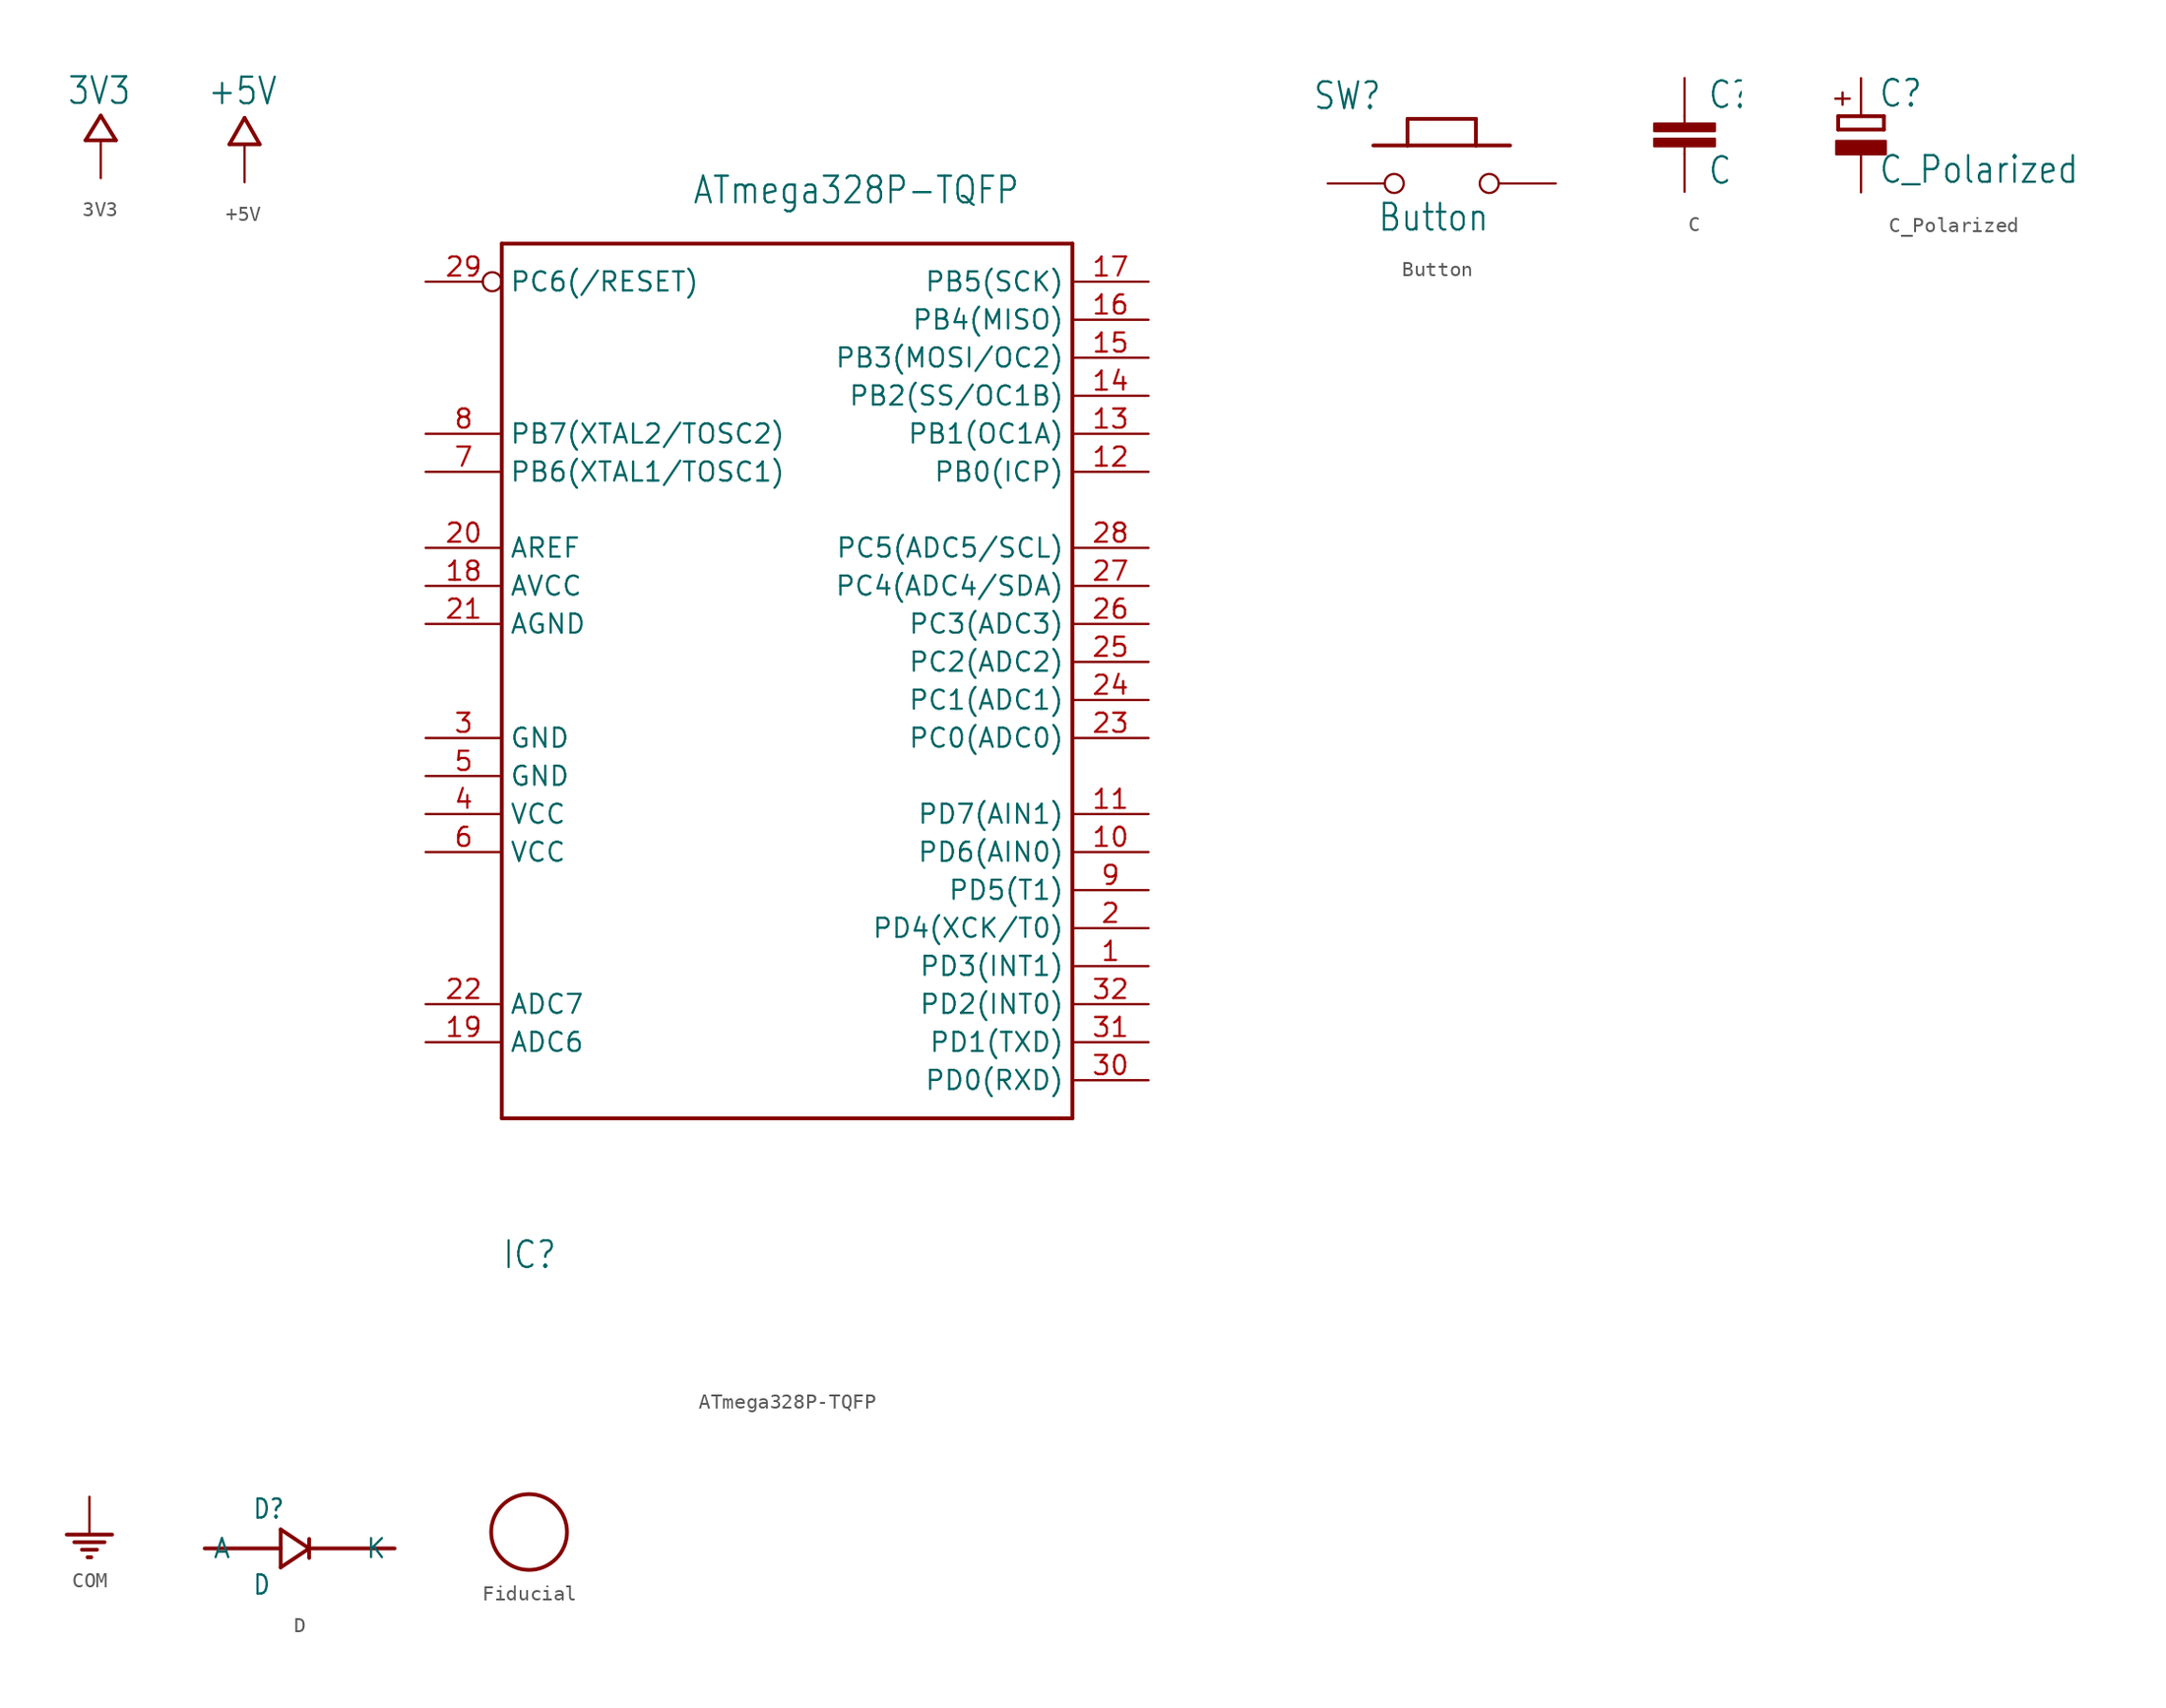
<source format=kicad_sym>
(kicad_symbol_lib
  (version 20211014)
  (generator kicad_symbol_editor)
  (symbol "3V3"
    (power)
    (property "Reference" "#PWR"
      (at 0 0 0)
      (effects (font (size 1.27 1.27)) hide))
    (property "Value" "3V3"
      (at -2.286 2.286 0)
      (effects (font (size 1.778 1.511)) (justify left bottom)))
    (symbol "3V3_1_0"
      (polyline (pts (xy -1.016 0) (xy 0 1.651)) (stroke (width 0.254) (type default) (color 0 0 0 0)) (fill (type none)))
      (polyline (pts (xy -1.016 0) (xy 1.016 0)) (stroke (width 0.254) (type default) (color 0 0 0 0)) (fill (type none)))
      (polyline (pts (xy 0 1.651) (xy 1.016 0)) (stroke (width 0.254) (type default) (color 0 0 0 0)) (fill (type none)))
      (pin power_in line (at 0 -2.54 90) (length 2.54) (name "3V3" (effects (font (size 0 0)))) (number "1" (effects (font (size 0 0)))))))
  (symbol "+5V"
    (power)
    (property "Reference" "#PWR"
      (at 0 0 0)
      (effects (font (size 1.27 1.27)) hide))
    (property "Value" "+5V"
      (at -2.54 2.54 0)
      (effects (font (size 1.778 1.511)) (justify left bottom)))
    (symbol "+5V_1_0"
      (polyline (pts (xy -1.016 0) (xy 1.016 0)) (stroke (width 0.254) (type default) (color 0 0 0 0)) (fill (type none)))
      (polyline (pts (xy 0 1.778) (xy -1.016 0)) (stroke (width 0.254) (type default) (color 0 0 0 0)) (fill (type none)))
      (polyline (pts (xy 1.016 0) (xy 0 1.778)) (stroke (width 0.254) (type default) (color 0 0 0 0)) (fill (type none)))
      (pin power_in line (at 0 -2.54 90) (length 2.54) (name "+5V" (effects (font (size 0 0)))) (number "1" (effects (font (size 0 0)))))))
  (symbol "ATmega328P-TQFP"
    (property "Reference" "IC"
      (at -17.78 -40.64 0)
      (effects (font (size 1.778 1.511)) (justify left bottom)))
    (property "Value" "ATmega328P-TQFP"
      (at -5.08 30.48 0)
      (effects (font (size 1.778 1.511)) (justify left bottom)))
    (symbol "ATmega328P-TQFP_1_0"
      (polyline (pts (xy -17.78 -30.48) (xy -17.78 27.94)) (stroke (width 0.254) (type default) (color 0 0 0 0)) (fill (type none)))
      (polyline (pts (xy -17.78 27.94) (xy 20.32 27.94)) (stroke (width 0.254) (type default) (color 0 0 0 0)) (fill (type none)))
      (polyline (pts (xy 20.32 -30.48) (xy -17.78 -30.48)) (stroke (width 0.254) (type default) (color 0 0 0 0)) (fill (type none)))
      (polyline (pts (xy 20.32 27.94) (xy 20.32 -30.48)) (stroke (width 0.254) (type default) (color 0 0 0 0)) (fill (type none)))
      (pin bidirectional line (at 25.4 -20.32 180) (length 5.08) (name "PD3(INT1)" (effects (font (size 1.27 1.27)))) (number "1" (effects (font (size 1.27 1.27)))))
      (pin bidirectional line (at 25.4 -12.7 180) (length 5.08) (name "PD6(AIN0)" (effects (font (size 1.27 1.27)))) (number "10" (effects (font (size 1.27 1.27)))))
      (pin bidirectional line (at 25.4 -10.16 180) (length 5.08) (name "PD7(AIN1)" (effects (font (size 1.27 1.27)))) (number "11" (effects (font (size 1.27 1.27)))))
      (pin bidirectional line (at 25.4 12.7 180) (length 5.08) (name "PB0(ICP)" (effects (font (size 1.27 1.27)))) (number "12" (effects (font (size 1.27 1.27)))))
      (pin bidirectional line (at 25.4 15.24 180) (length 5.08) (name "PB1(OC1A)" (effects (font (size 1.27 1.27)))) (number "13" (effects (font (size 1.27 1.27)))))
      (pin bidirectional line (at 25.4 17.78 180) (length 5.08) (name "PB2(SS/OC1B)" (effects (font (size 1.27 1.27)))) (number "14" (effects (font (size 1.27 1.27)))))
      (pin bidirectional line (at 25.4 20.32 180) (length 5.08) (name "PB3(MOSI/OC2)" (effects (font (size 1.27 1.27)))) (number "15" (effects (font (size 1.27 1.27)))))
      (pin bidirectional line (at 25.4 22.86 180) (length 5.08) (name "PB4(MISO)" (effects (font (size 1.27 1.27)))) (number "16" (effects (font (size 1.27 1.27)))))
      (pin bidirectional line (at 25.4 25.4 180) (length 5.08) (name "PB5(SCK)" (effects (font (size 1.27 1.27)))) (number "17" (effects (font (size 1.27 1.27)))))
      (pin power_in line (at -22.86 5.08 0) (length 5.08) (name "AVCC" (effects (font (size 1.27 1.27)))) (number "18" (effects (font (size 1.27 1.27)))))
      (pin bidirectional line (at -22.86 -25.4 0) (length 5.08) (name "ADC6" (effects (font (size 1.27 1.27)))) (number "19" (effects (font (size 1.27 1.27)))))
      (pin bidirectional line (at 25.4 -17.78 180) (length 5.08) (name "PD4(XCK/T0)" (effects (font (size 1.27 1.27)))) (number "2" (effects (font (size 1.27 1.27)))))
      (pin power_in line (at -22.86 7.62 0) (length 5.08) (name "AREF" (effects (font (size 1.27 1.27)))) (number "20" (effects (font (size 1.27 1.27)))))
      (pin power_in line (at -22.86 2.54 0) (length 5.08) (name "AGND" (effects (font (size 1.27 1.27)))) (number "21" (effects (font (size 1.27 1.27)))))
      (pin bidirectional line (at -22.86 -22.86 0) (length 5.08) (name "ADC7" (effects (font (size 1.27 1.27)))) (number "22" (effects (font (size 1.27 1.27)))))
      (pin bidirectional line (at 25.4 -5.08 180) (length 5.08) (name "PC0(ADC0)" (effects (font (size 1.27 1.27)))) (number "23" (effects (font (size 1.27 1.27)))))
      (pin bidirectional line (at 25.4 -2.54 180) (length 5.08) (name "PC1(ADC1)" (effects (font (size 1.27 1.27)))) (number "24" (effects (font (size 1.27 1.27)))))
      (pin bidirectional line (at 25.4 0 180) (length 5.08) (name "PC2(ADC2)" (effects (font (size 1.27 1.27)))) (number "25" (effects (font (size 1.27 1.27)))))
      (pin bidirectional line (at 25.4 2.54 180) (length 5.08) (name "PC3(ADC3)" (effects (font (size 1.27 1.27)))) (number "26" (effects (font (size 1.27 1.27)))))
      (pin bidirectional line (at 25.4 5.08 180) (length 5.08) (name "PC4(ADC4/SDA)" (effects (font (size 1.27 1.27)))) (number "27" (effects (font (size 1.27 1.27)))))
      (pin bidirectional line (at 25.4 7.62 180) (length 5.08) (name "PC5(ADC5/SCL)" (effects (font (size 1.27 1.27)))) (number "28" (effects (font (size 1.27 1.27)))))
      (pin bidirectional inverted (at -22.86 25.4 0) (length 5.08) (name "PC6(/RESET)" (effects (font (size 1.27 1.27)))) (number "29" (effects (font (size 1.27 1.27)))))
      (pin power_in line (at -22.86 -5.08 0) (length 5.08) (name "GND" (effects (font (size 1.27 1.27)))) (number "3" (effects (font (size 1.27 1.27)))))
      (pin bidirectional line (at 25.4 -27.94 180) (length 5.08) (name "PD0(RXD)" (effects (font (size 1.27 1.27)))) (number "30" (effects (font (size 1.27 1.27)))))
      (pin bidirectional line (at 25.4 -25.4 180) (length 5.08) (name "PD1(TXD)" (effects (font (size 1.27 1.27)))) (number "31" (effects (font (size 1.27 1.27)))))
      (pin bidirectional line (at 25.4 -22.86 180) (length 5.08) (name "PD2(INT0)" (effects (font (size 1.27 1.27)))) (number "32" (effects (font (size 1.27 1.27)))))
      (pin power_in line (at -22.86 -10.16 0) (length 5.08) (name "VCC" (effects (font (size 1.27 1.27)))) (number "4" (effects (font (size 1.27 1.27)))))
      (pin power_in line (at -22.86 -7.62 0) (length 5.08) (name "GND" (effects (font (size 1.27 1.27)))) (number "5" (effects (font (size 1.27 1.27)))))
      (pin power_in line (at -22.86 -12.7 0) (length 5.08) (name "VCC" (effects (font (size 1.27 1.27)))) (number "6" (effects (font (size 1.27 1.27)))))
      (pin bidirectional line (at -22.86 12.7 0) (length 5.08) (name "PB6(XTAL1/TOSC1)" (effects (font (size 1.27 1.27)))) (number "7" (effects (font (size 1.27 1.27)))))
      (pin bidirectional line (at -22.86 15.24 0) (length 5.08) (name "PB7(XTAL2/TOSC2)" (effects (font (size 1.27 1.27)))) (number "8" (effects (font (size 1.27 1.27)))))
      (pin bidirectional line (at 25.4 -15.24 180) (length 5.08) (name "PD5(T1)" (effects (font (size 1.27 1.27)))) (number "9" (effects (font (size 1.27 1.27)))))))
  (symbol "Button"
    (property "Reference" "SW"
      (at -8.636 4.826 0)
      (effects (font (size 1.778 1.511)) (justify left bottom)))
    (property "Value" "Button"
      (at -4.318 -3.302 0)
      (effects (font (size 1.778 1.511)) (justify left bottom)))
    (symbol "Button_1_0"
      (polyline (pts (xy -4.572 2.54) (xy -2.286 2.54)) (stroke (width 0.254) (type default) (color 0 0 0 0)) (fill (type none)))
      (polyline (pts (xy -2.286 2.54) (xy -2.286 4.318)) (stroke (width 0.254) (type default) (color 0 0 0 0)) (fill (type none)))
      (polyline (pts (xy -2.286 2.54) (xy 2.286 2.54)) (stroke (width 0.254) (type default) (color 0 0 0 0)) (fill (type none)))
      (polyline (pts (xy -2.286 4.318) (xy 2.286 4.318)) (stroke (width 0.254) (type default) (color 0 0 0 0)) (fill (type none)))
      (polyline (pts (xy 2.286 2.54) (xy 4.572 2.54)) (stroke (width 0.254) (type default) (color 0 0 0 0)) (fill (type none)))
      (polyline (pts (xy 2.286 4.318) (xy 2.286 2.54)) (stroke (width 0.254) (type default) (color 0 0 0 0)) (fill (type none)))
      (pin passive inverted (at -7.62 0 0) (length 5.08) (name "1" (effects (font (size 0 0)))) (number "1" (effects (font (size 0 0)))))
      (pin passive inverted (at 7.62 0 180) (length 5.08) (name "2" (effects (font (size 0 0)))) (number "2" (effects (font (size 0 0)))))))
  (symbol "C"
    (property "Reference" "C"
      (at 1.524 0.381 0)
      (effects (font (size 1.778 1.511)) (justify left bottom)))
    (property "Value" "C"
      (at 1.524 -4.699 0)
      (effects (font (size 1.778 1.511)) (justify left bottom)))
    (symbol "C_1_0"
      (rectangle (start -2.032 -2.032) (end 2.032 -1.524) (stroke (width 0) (type default) (color 0 0 0 0)) (fill (type outline)))
      (rectangle (start -2.032 -1.016) (end 2.032 -0.508) (stroke (width 0) (type default) (color 0 0 0 0)) (fill (type outline)))
      (polyline (pts (xy 0 -2.54) (xy 0 -2.032)) (stroke (width 0.152) (type default) (color 0 0 0 0)) (fill (type none)))
      (polyline (pts (xy 0 0) (xy 0 -0.508)) (stroke (width 0.152) (type default) (color 0 0 0 0)) (fill (type none)))
      (pin passive line (at 0 2.54 270) (length 2.54) (name "1" (effects (font (size 0 0)))) (number "1" (effects (font (size 0 0)))))
      (pin passive line (at 0 -5.08 90) (length 2.54) (name "2" (effects (font (size 0 0)))) (number "2" (effects (font (size 0 0)))))))
  (symbol "C_Polarized"
    (property "Reference" "C"
      (at 1.143 0.483 0)
      (effects (font (size 1.778 1.511)) (justify left bottom)))
    (property "Value" "C_Polarized"
      (at 1.143 -4.597 0)
      (effects (font (size 1.778 1.511)) (justify left bottom)))
    (symbol "C_Polarized_1_0"
      (rectangle (start -1.651 -2.54) (end 1.651 -1.651) (stroke (width 0) (type default) (color 0 0 0 0)) (fill (type outline)))
      (polyline (pts (xy -1.524 -0.889) (xy 1.524 -0.889)) (stroke (width 0.254) (type default) (color 0 0 0 0)) (fill (type none)))
      (polyline (pts (xy -1.524 0) (xy -1.524 -0.889)) (stroke (width 0.254) (type default) (color 0 0 0 0)) (fill (type none)))
      (polyline (pts (xy -1.524 0) (xy 1.524 0)) (stroke (width 0.254) (type default) (color 0 0 0 0)) (fill (type none)))
      (polyline (pts (xy 1.524 -0.889) (xy 1.524 0)) (stroke (width 0.254) (type default) (color 0 0 0 0)) (fill (type none)))
      (text "+" (at -0.584 0.406 900) (effects (font (size 1.27 1.079)) (justify left bottom)))
      (pin passive line (at 0 2.54 270) (length 2.54) (name "+" (effects (font (size 0 0)))) (number "1" (effects (font (size 0 0)))))
      (pin passive line (at 0 -5.08 90) (length 2.54) (name "-" (effects (font (size 0 0)))) (number "2" (effects (font (size 0 0)))))))
  (symbol "COM"
    (power)
    (property "Reference" "#PWR"
      (at 0 0 0)
      (effects (font (size 1.27 1.27)) hide))
    (symbol "COM_1_0"
      (polyline (pts (xy -1.524 0) (xy 1.524 0)) (stroke (width 0.254) (type default) (color 0 0 0 0)) (fill (type none)))
      (polyline (pts (xy -1.016 -0.508) (xy 1.016 -0.508)) (stroke (width 0.254) (type default) (color 0 0 0 0)) (fill (type none)))
      (polyline (pts (xy -0.508 -1.016) (xy 0.508 -1.016)) (stroke (width 0.254) (type default) (color 0 0 0 0)) (fill (type none)))
      (polyline (pts (xy -0.127 -1.524) (xy 0.127 -1.524)) (stroke (width 0.254) (type default) (color 0 0 0 0)) (fill (type none)))
      (pin power_in line (at 0 2.54 270) (length 2.54) (name "COM" (effects (font (size 0 0)))) (number "1" (effects (font (size 0 0)))))))
  (symbol "D"
    (property "Reference" "D"
      (at -1.905 1.905 0)
      (effects (font (size 1.27 1.079)) (justify left bottom)))
    (property "Value" "D"
      (at -1.905 -3.175 0)
      (effects (font (size 1.27 1.079)) (justify left bottom)))
    (symbol "D_1_0"
      (polyline (pts (xy 0 -1.27) (xy 1.905 0)) (stroke (width 0.254) (type default) (color 0 0 0 0)) (fill (type none)))
      (polyline (pts (xy 0 0) (xy -5.08 0)) (stroke (width 0.254) (type default) (color 0 0 0 0)) (fill (type none)))
      (polyline (pts (xy 0 0) (xy 0 -1.27)) (stroke (width 0.254) (type default) (color 0 0 0 0)) (fill (type none)))
      (polyline (pts (xy 0 1.27) (xy 0 0)) (stroke (width 0.254) (type default) (color 0 0 0 0)) (fill (type none)))
      (polyline (pts (xy 1.905 0) (xy 0 1.27)) (stroke (width 0.254) (type default) (color 0 0 0 0)) (fill (type none)))
      (polyline (pts (xy 1.905 0) (xy 1.905 -0.635)) (stroke (width 0.254) (type default) (color 0 0 0 0)) (fill (type none)))
      (polyline (pts (xy 1.905 0) (xy 7.62 0)) (stroke (width 0.254) (type default) (color 0 0 0 0)) (fill (type none)))
      (polyline (pts (xy 1.905 0.635) (xy 1.905 0)) (stroke (width 0.254) (type default) (color 0 0 0 0)) (fill (type none)))
      (pin passive line (at 7.62 0 180) (length 0) (name "K" (effects (font (size 1.27 1.27)))) (number "1" (effects (font (size 0 0)))))
      (pin passive line (at -5.08 0 0) (length 0) (name "A" (effects (font (size 1.27 1.27)))) (number "2" (effects (font (size 0 0)))))))
  (symbol "Fiducial"
    (property "Reference" "FD"
      (at 0 0 0)
      (effects (font (size 1.27 1.27)) hide))
    (symbol "Fiducial_1_0"
      (circle (center 0 0) (radius 2.54) (stroke (width 0.254) (type default) (color 0 0 0 0)) (fill (type none))))
    (symbol "Fiducial_1_1"
      (pin no_connect line (at 0 0 180) (length 0) hide (name "" (effects (font (size 1.27 1.27)))) (number "1" (effects (font (size 1.27 1.27))))))))
</source>
